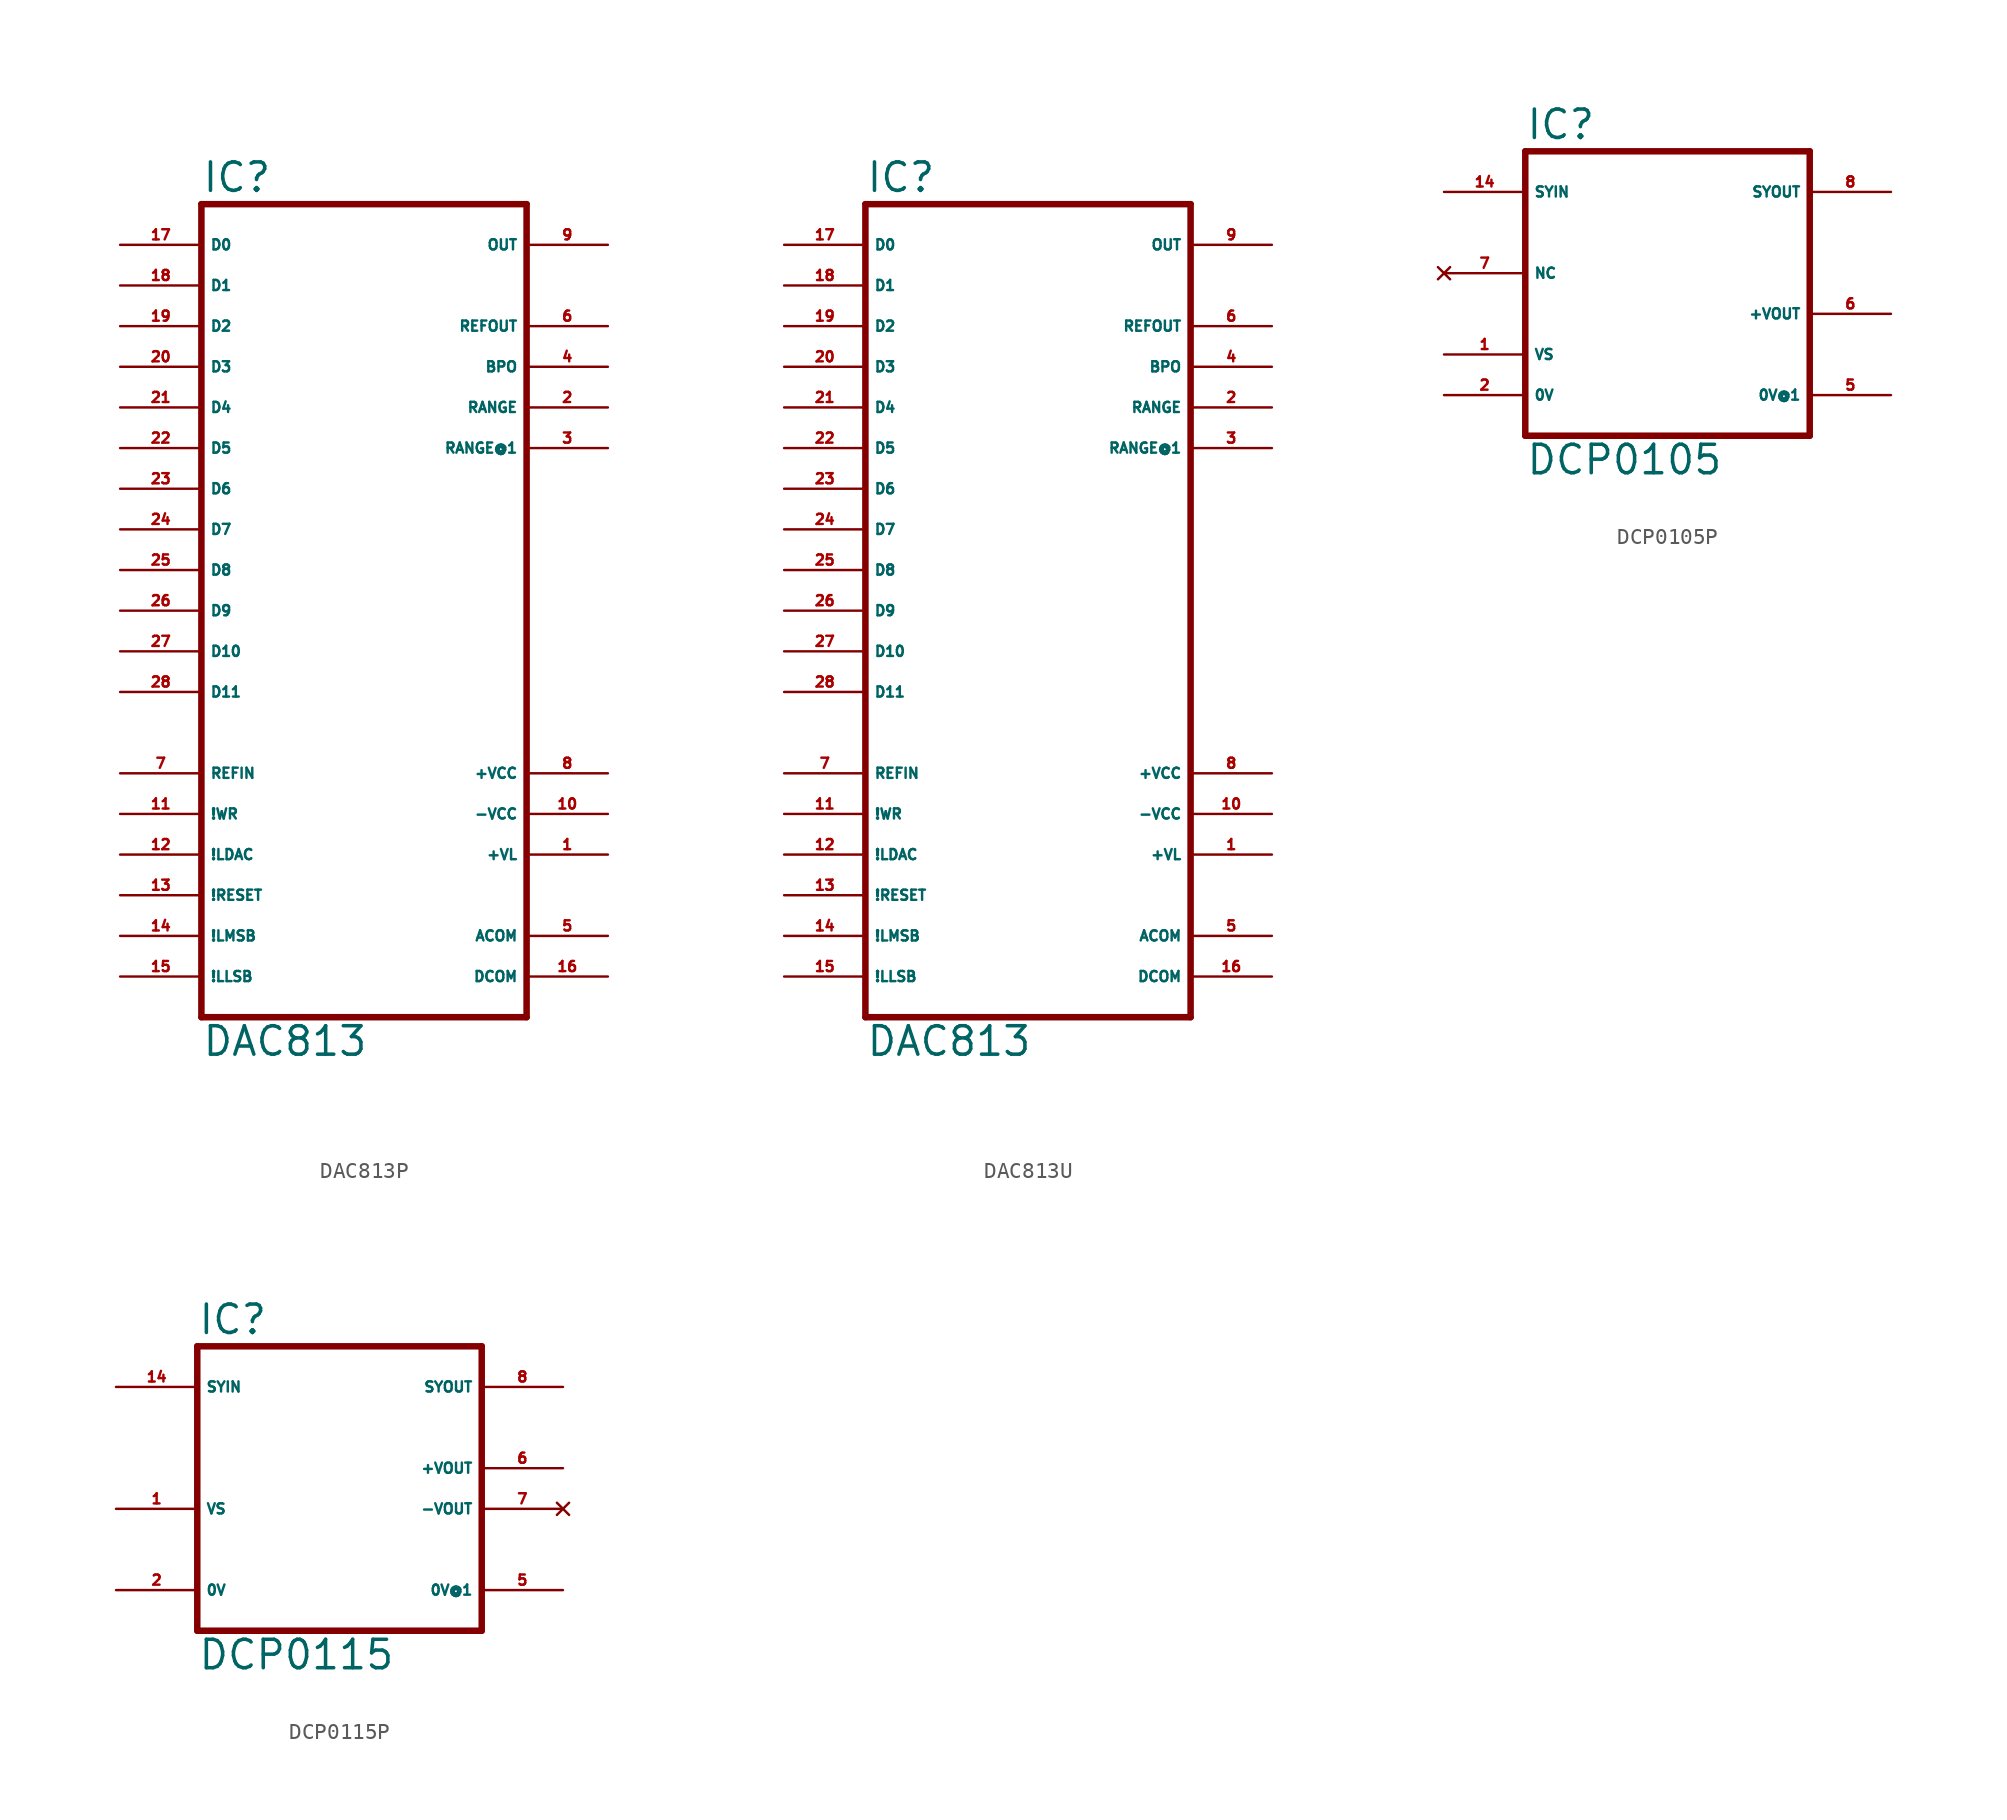
<source format=kicad_sym>
(kicad_symbol_lib
  (version 20220914)
  (generator Eagle2Kicad)
  (symbol "DAC813P"
    (property "Reference" "IC"
      (at -10.16 23.495 0)
      (effects (font (size 1.778 1.778) (thickness 0.22)) (justify left bottom)))
    (property "Value" "DAC813"
      (at -10.16 -30.48 0)
      (effects (font (size 1.778 1.778) (thickness 0.22)) (justify left bottom)))
    (polyline
      (pts (xy -10.16 -27.94) (xy 10.16 -27.94))
      (stroke (width 0.406) (type default))
      (fill (type none)))
    (polyline
      (pts (xy 10.16 -27.94) (xy 10.16 22.86))
      (stroke (width 0.406) (type default))
      (fill (type none)))
    (polyline
      (pts (xy 10.16 22.86) (xy -10.16 22.86))
      (stroke (width 0.406) (type default))
      (fill (type none)))
    (polyline
      (pts (xy -10.16 22.86) (xy -10.16 -27.94))
      (stroke (width 0.406) (type default))
      (fill (type none)))
    (pin input line
      (at -15.24 20.32 0)
      (length 5.08)
      (name "D0" (effects (font (size 0.635 0.635) (thickness 0.08)) (justify left bottom)))
      (number "17" (effects (font (size 0.635 0.635) (thickness 0.08)) (justify left bottom))))
    (pin input line
      (at -15.24 17.78 0)
      (length 5.08)
      (name "D1" (effects (font (size 0.635 0.635) (thickness 0.08)) (justify left bottom)))
      (number "18" (effects (font (size 0.635 0.635) (thickness 0.08)) (justify left bottom))))
    (pin input line
      (at -15.24 15.24 0)
      (length 5.08)
      (name "D2" (effects (font (size 0.635 0.635) (thickness 0.08)) (justify left bottom)))
      (number "19" (effects (font (size 0.635 0.635) (thickness 0.08)) (justify left bottom))))
    (pin input line
      (at -15.24 12.7 0)
      (length 5.08)
      (name "D3" (effects (font (size 0.635 0.635) (thickness 0.08)) (justify left bottom)))
      (number "20" (effects (font (size 0.635 0.635) (thickness 0.08)) (justify left bottom))))
    (pin input line
      (at -15.24 10.16 0)
      (length 5.08)
      (name "D4" (effects (font (size 0.635 0.635) (thickness 0.08)) (justify left bottom)))
      (number "21" (effects (font (size 0.635 0.635) (thickness 0.08)) (justify left bottom))))
    (pin input line
      (at -15.24 7.62 0)
      (length 5.08)
      (name "D5" (effects (font (size 0.635 0.635) (thickness 0.08)) (justify left bottom)))
      (number "22" (effects (font (size 0.635 0.635) (thickness 0.08)) (justify left bottom))))
    (pin input line
      (at -15.24 5.08 0)
      (length 5.08)
      (name "D6" (effects (font (size 0.635 0.635) (thickness 0.08)) (justify left bottom)))
      (number "23" (effects (font (size 0.635 0.635) (thickness 0.08)) (justify left bottom))))
    (pin input line
      (at -15.24 2.54 0)
      (length 5.08)
      (name "D7" (effects (font (size 0.635 0.635) (thickness 0.08)) (justify left bottom)))
      (number "24" (effects (font (size 0.635 0.635) (thickness 0.08)) (justify left bottom))))
    (pin input line
      (at -15.24 0 0)
      (length 5.08)
      (name "D8" (effects (font (size 0.635 0.635) (thickness 0.08)) (justify left bottom)))
      (number "25" (effects (font (size 0.635 0.635) (thickness 0.08)) (justify left bottom))))
    (pin input line
      (at -15.24 -2.54 0)
      (length 5.08)
      (name "D9" (effects (font (size 0.635 0.635) (thickness 0.08)) (justify left bottom)))
      (number "26" (effects (font (size 0.635 0.635) (thickness 0.08)) (justify left bottom))))
    (pin input line
      (at -15.24 -5.08 0)
      (length 5.08)
      (name "D10" (effects (font (size 0.635 0.635) (thickness 0.08)) (justify left bottom)))
      (number "27" (effects (font (size 0.635 0.635) (thickness 0.08)) (justify left bottom))))
    (pin input line
      (at -15.24 -7.62 0)
      (length 5.08)
      (name "D11" (effects (font (size 0.635 0.635) (thickness 0.08)) (justify left bottom)))
      (number "28" (effects (font (size 0.635 0.635) (thickness 0.08)) (justify left bottom))))
    (pin input line
      (at -15.24 -12.7 0)
      (length 5.08)
      (name "REFIN" (effects (font (size 0.635 0.635) (thickness 0.08)) (justify left bottom)))
      (number "7" (effects (font (size 0.635 0.635) (thickness 0.08)) (justify left bottom))))
    (pin input line
      (at -15.24 -15.24 0)
      (length 5.08)
      (name "!WR" (effects (font (size 0.635 0.635) (thickness 0.08)) (justify left bottom)))
      (number "11" (effects (font (size 0.635 0.635) (thickness 0.08)) (justify left bottom))))
    (pin input line
      (at -15.24 -17.78 0)
      (length 5.08)
      (name "!LDAC" (effects (font (size 0.635 0.635) (thickness 0.08)) (justify left bottom)))
      (number "12" (effects (font (size 0.635 0.635) (thickness 0.08)) (justify left bottom))))
    (pin input line
      (at -15.24 -20.32 0)
      (length 5.08)
      (name "!RESET" (effects (font (size 0.635 0.635) (thickness 0.08)) (justify left bottom)))
      (number "13" (effects (font (size 0.635 0.635) (thickness 0.08)) (justify left bottom))))
    (pin input line
      (at -15.24 -22.86 0)
      (length 5.08)
      (name "!LMSB" (effects (font (size 0.635 0.635) (thickness 0.08)) (justify left bottom)))
      (number "14" (effects (font (size 0.635 0.635) (thickness 0.08)) (justify left bottom))))
    (pin input line
      (at -15.24 -25.4 0)
      (length 5.08)
      (name "!LLSB" (effects (font (size 0.635 0.635) (thickness 0.08)) (justify left bottom)))
      (number "15" (effects (font (size 0.635 0.635) (thickness 0.08)) (justify left bottom))))
    (pin output line
      (at 15.24 20.32 180)
      (length 5.08)
      (name "OUT" (effects (font (size 0.635 0.635) (thickness 0.08)) (justify left bottom)))
      (number "9" (effects (font (size 0.635 0.635) (thickness 0.08)) (justify left bottom))))
    (pin passive line
      (at 15.24 12.7 180)
      (length 5.08)
      (name "BPO" (effects (font (size 0.635 0.635) (thickness 0.08)) (justify left bottom)))
      (number "4" (effects (font (size 0.635 0.635) (thickness 0.08)) (justify left bottom))))
    (pin passive line
      (at 15.24 10.16 180)
      (length 5.08)
      (name "RANGE" (effects (font (size 0.635 0.635) (thickness 0.08)) (justify left bottom)))
      (number "2" (effects (font (size 0.635 0.635) (thickness 0.08)) (justify left bottom))))
    (pin unspecified line
      (at 15.24 -25.4 180)
      (length 5.08)
      (name "DCOM" (effects (font (size 0.635 0.635) (thickness 0.08)) (justify left bottom)))
      (number "16" (effects (font (size 0.635 0.635) (thickness 0.08)) (justify left bottom))))
    (pin output line
      (at 15.24 15.24 180)
      (length 5.08)
      (name "REFOUT" (effects (font (size 0.635 0.635) (thickness 0.08)) (justify left bottom)))
      (number "6" (effects (font (size 0.635 0.635) (thickness 0.08)) (justify left bottom))))
    (pin unspecified line
      (at 15.24 -22.86 180)
      (length 5.08)
      (name "ACOM" (effects (font (size 0.635 0.635) (thickness 0.08)) (justify left bottom)))
      (number "5" (effects (font (size 0.635 0.635) (thickness 0.08)) (justify left bottom))))
    (pin unspecified line
      (at 15.24 -17.78 180)
      (length 5.08)
      (name "+VL" (effects (font (size 0.635 0.635) (thickness 0.08)) (justify left bottom)))
      (number "1" (effects (font (size 0.635 0.635) (thickness 0.08)) (justify left bottom))))
    (pin unspecified line
      (at 15.24 -15.24 180)
      (length 5.08)
      (name "-VCC" (effects (font (size 0.635 0.635) (thickness 0.08)) (justify left bottom)))
      (number "10" (effects (font (size 0.635 0.635) (thickness 0.08)) (justify left bottom))))
    (pin unspecified line
      (at 15.24 -12.7 180)
      (length 5.08)
      (name "+VCC" (effects (font (size 0.635 0.635) (thickness 0.08)) (justify left bottom)))
      (number "8" (effects (font (size 0.635 0.635) (thickness 0.08)) (justify left bottom))))
    (pin passive line
      (at 15.24 7.62 180)
      (length 5.08)
      (name "RANGE@1" (effects (font (size 0.635 0.635) (thickness 0.08)) (justify left bottom)))
      (number "3" (effects (font (size 0.635 0.635) (thickness 0.08)) (justify left bottom)))))
  (symbol "DAC813U"
    (property "Reference" "IC"
      (at -10.16 23.495 0)
      (effects (font (size 1.778 1.778) (thickness 0.22)) (justify left bottom)))
    (property "Value" "DAC813"
      (at -10.16 -30.48 0)
      (effects (font (size 1.778 1.778) (thickness 0.22)) (justify left bottom)))
    (polyline
      (pts (xy -10.16 -27.94) (xy 10.16 -27.94))
      (stroke (width 0.406) (type default))
      (fill (type none)))
    (polyline
      (pts (xy 10.16 -27.94) (xy 10.16 22.86))
      (stroke (width 0.406) (type default))
      (fill (type none)))
    (polyline
      (pts (xy 10.16 22.86) (xy -10.16 22.86))
      (stroke (width 0.406) (type default))
      (fill (type none)))
    (polyline
      (pts (xy -10.16 22.86) (xy -10.16 -27.94))
      (stroke (width 0.406) (type default))
      (fill (type none)))
    (pin input line
      (at -15.24 20.32 0)
      (length 5.08)
      (name "D0" (effects (font (size 0.635 0.635) (thickness 0.08)) (justify left bottom)))
      (number "17" (effects (font (size 0.635 0.635) (thickness 0.08)) (justify left bottom))))
    (pin input line
      (at -15.24 17.78 0)
      (length 5.08)
      (name "D1" (effects (font (size 0.635 0.635) (thickness 0.08)) (justify left bottom)))
      (number "18" (effects (font (size 0.635 0.635) (thickness 0.08)) (justify left bottom))))
    (pin input line
      (at -15.24 15.24 0)
      (length 5.08)
      (name "D2" (effects (font (size 0.635 0.635) (thickness 0.08)) (justify left bottom)))
      (number "19" (effects (font (size 0.635 0.635) (thickness 0.08)) (justify left bottom))))
    (pin input line
      (at -15.24 12.7 0)
      (length 5.08)
      (name "D3" (effects (font (size 0.635 0.635) (thickness 0.08)) (justify left bottom)))
      (number "20" (effects (font (size 0.635 0.635) (thickness 0.08)) (justify left bottom))))
    (pin input line
      (at -15.24 10.16 0)
      (length 5.08)
      (name "D4" (effects (font (size 0.635 0.635) (thickness 0.08)) (justify left bottom)))
      (number "21" (effects (font (size 0.635 0.635) (thickness 0.08)) (justify left bottom))))
    (pin input line
      (at -15.24 7.62 0)
      (length 5.08)
      (name "D5" (effects (font (size 0.635 0.635) (thickness 0.08)) (justify left bottom)))
      (number "22" (effects (font (size 0.635 0.635) (thickness 0.08)) (justify left bottom))))
    (pin input line
      (at -15.24 5.08 0)
      (length 5.08)
      (name "D6" (effects (font (size 0.635 0.635) (thickness 0.08)) (justify left bottom)))
      (number "23" (effects (font (size 0.635 0.635) (thickness 0.08)) (justify left bottom))))
    (pin input line
      (at -15.24 2.54 0)
      (length 5.08)
      (name "D7" (effects (font (size 0.635 0.635) (thickness 0.08)) (justify left bottom)))
      (number "24" (effects (font (size 0.635 0.635) (thickness 0.08)) (justify left bottom))))
    (pin input line
      (at -15.24 0 0)
      (length 5.08)
      (name "D8" (effects (font (size 0.635 0.635) (thickness 0.08)) (justify left bottom)))
      (number "25" (effects (font (size 0.635 0.635) (thickness 0.08)) (justify left bottom))))
    (pin input line
      (at -15.24 -2.54 0)
      (length 5.08)
      (name "D9" (effects (font (size 0.635 0.635) (thickness 0.08)) (justify left bottom)))
      (number "26" (effects (font (size 0.635 0.635) (thickness 0.08)) (justify left bottom))))
    (pin input line
      (at -15.24 -5.08 0)
      (length 5.08)
      (name "D10" (effects (font (size 0.635 0.635) (thickness 0.08)) (justify left bottom)))
      (number "27" (effects (font (size 0.635 0.635) (thickness 0.08)) (justify left bottom))))
    (pin input line
      (at -15.24 -7.62 0)
      (length 5.08)
      (name "D11" (effects (font (size 0.635 0.635) (thickness 0.08)) (justify left bottom)))
      (number "28" (effects (font (size 0.635 0.635) (thickness 0.08)) (justify left bottom))))
    (pin input line
      (at -15.24 -12.7 0)
      (length 5.08)
      (name "REFIN" (effects (font (size 0.635 0.635) (thickness 0.08)) (justify left bottom)))
      (number "7" (effects (font (size 0.635 0.635) (thickness 0.08)) (justify left bottom))))
    (pin input line
      (at -15.24 -15.24 0)
      (length 5.08)
      (name "!WR" (effects (font (size 0.635 0.635) (thickness 0.08)) (justify left bottom)))
      (number "11" (effects (font (size 0.635 0.635) (thickness 0.08)) (justify left bottom))))
    (pin input line
      (at -15.24 -17.78 0)
      (length 5.08)
      (name "!LDAC" (effects (font (size 0.635 0.635) (thickness 0.08)) (justify left bottom)))
      (number "12" (effects (font (size 0.635 0.635) (thickness 0.08)) (justify left bottom))))
    (pin input line
      (at -15.24 -20.32 0)
      (length 5.08)
      (name "!RESET" (effects (font (size 0.635 0.635) (thickness 0.08)) (justify left bottom)))
      (number "13" (effects (font (size 0.635 0.635) (thickness 0.08)) (justify left bottom))))
    (pin input line
      (at -15.24 -22.86 0)
      (length 5.08)
      (name "!LMSB" (effects (font (size 0.635 0.635) (thickness 0.08)) (justify left bottom)))
      (number "14" (effects (font (size 0.635 0.635) (thickness 0.08)) (justify left bottom))))
    (pin input line
      (at -15.24 -25.4 0)
      (length 5.08)
      (name "!LLSB" (effects (font (size 0.635 0.635) (thickness 0.08)) (justify left bottom)))
      (number "15" (effects (font (size 0.635 0.635) (thickness 0.08)) (justify left bottom))))
    (pin output line
      (at 15.24 20.32 180)
      (length 5.08)
      (name "OUT" (effects (font (size 0.635 0.635) (thickness 0.08)) (justify left bottom)))
      (number "9" (effects (font (size 0.635 0.635) (thickness 0.08)) (justify left bottom))))
    (pin passive line
      (at 15.24 12.7 180)
      (length 5.08)
      (name "BPO" (effects (font (size 0.635 0.635) (thickness 0.08)) (justify left bottom)))
      (number "4" (effects (font (size 0.635 0.635) (thickness 0.08)) (justify left bottom))))
    (pin passive line
      (at 15.24 10.16 180)
      (length 5.08)
      (name "RANGE" (effects (font (size 0.635 0.635) (thickness 0.08)) (justify left bottom)))
      (number "2" (effects (font (size 0.635 0.635) (thickness 0.08)) (justify left bottom))))
    (pin unspecified line
      (at 15.24 -25.4 180)
      (length 5.08)
      (name "DCOM" (effects (font (size 0.635 0.635) (thickness 0.08)) (justify left bottom)))
      (number "16" (effects (font (size 0.635 0.635) (thickness 0.08)) (justify left bottom))))
    (pin output line
      (at 15.24 15.24 180)
      (length 5.08)
      (name "REFOUT" (effects (font (size 0.635 0.635) (thickness 0.08)) (justify left bottom)))
      (number "6" (effects (font (size 0.635 0.635) (thickness 0.08)) (justify left bottom))))
    (pin unspecified line
      (at 15.24 -22.86 180)
      (length 5.08)
      (name "ACOM" (effects (font (size 0.635 0.635) (thickness 0.08)) (justify left bottom)))
      (number "5" (effects (font (size 0.635 0.635) (thickness 0.08)) (justify left bottom))))
    (pin unspecified line
      (at 15.24 -17.78 180)
      (length 5.08)
      (name "+VL" (effects (font (size 0.635 0.635) (thickness 0.08)) (justify left bottom)))
      (number "1" (effects (font (size 0.635 0.635) (thickness 0.08)) (justify left bottom))))
    (pin unspecified line
      (at 15.24 -15.24 180)
      (length 5.08)
      (name "-VCC" (effects (font (size 0.635 0.635) (thickness 0.08)) (justify left bottom)))
      (number "10" (effects (font (size 0.635 0.635) (thickness 0.08)) (justify left bottom))))
    (pin unspecified line
      (at 15.24 -12.7 180)
      (length 5.08)
      (name "+VCC" (effects (font (size 0.635 0.635) (thickness 0.08)) (justify left bottom)))
      (number "8" (effects (font (size 0.635 0.635) (thickness 0.08)) (justify left bottom))))
    (pin passive line
      (at 15.24 7.62 180)
      (length 5.08)
      (name "RANGE@1" (effects (font (size 0.635 0.635) (thickness 0.08)) (justify left bottom)))
      (number "3" (effects (font (size 0.635 0.635) (thickness 0.08)) (justify left bottom)))))
  (symbol "DCP0105P"
    (property "Reference" "IC"
      (at -7.62 8.255 0)
      (effects (font (size 1.778 1.778) (thickness 0.22)) (justify left bottom)))
    (property "Value" "DCP0105"
      (at -7.62 -12.7 0)
      (effects (font (size 1.778 1.778) (thickness 0.22)) (justify left bottom)))
    (polyline
      (pts (xy -7.62 -10.16) (xy 10.16 -10.16))
      (stroke (width 0.406) (type default))
      (fill (type none)))
    (polyline
      (pts (xy 10.16 -10.16) (xy 10.16 7.62))
      (stroke (width 0.406) (type default))
      (fill (type none)))
    (polyline
      (pts (xy 10.16 7.62) (xy -7.62 7.62))
      (stroke (width 0.406) (type default))
      (fill (type none)))
    (polyline
      (pts (xy -7.62 7.62) (xy -7.62 -10.16))
      (stroke (width 0.406) (type default))
      (fill (type none)))
    (pin input line
      (at -12.7 5.08 0)
      (length 5.08)
      (name "SYIN" (effects (font (size 0.635 0.635) (thickness 0.08)) (justify left bottom)))
      (number "14" (effects (font (size 0.635 0.635) (thickness 0.08)) (justify left bottom))))
    (pin output line
      (at 15.24 5.08 180)
      (length 5.08)
      (name "SYOUT" (effects (font (size 0.635 0.635) (thickness 0.08)) (justify left bottom)))
      (number "8" (effects (font (size 0.635 0.635) (thickness 0.08)) (justify left bottom))))
    (pin no_connect line
      (at -12.7 0 0)
      (length 5.08)
      (name "NC" (effects (font (size 0.635 0.635) (thickness 0.08)) (justify left bottom) hide))
      (number "7" (effects (font (size 0.635 0.635) (thickness 0.08)) (justify left bottom) hide)))
    (pin unspecified line
      (at -12.7 -5.08 0)
      (length 5.08)
      (name "VS" (effects (font (size 0.635 0.635) (thickness 0.08)) (justify left bottom)))
      (number "1" (effects (font (size 0.635 0.635) (thickness 0.08)) (justify left bottom))))
    (pin unspecified line
      (at 15.24 -2.54 180)
      (length 5.08)
      (name "+VOUT" (effects (font (size 0.635 0.635) (thickness 0.08)) (justify left bottom)))
      (number "6" (effects (font (size 0.635 0.635) (thickness 0.08)) (justify left bottom))))
    (pin unspecified line
      (at -12.7 -7.62 0)
      (length 5.08)
      (name "0V" (effects (font (size 0.635 0.635) (thickness 0.08)) (justify left bottom)))
      (number "2" (effects (font (size 0.635 0.635) (thickness 0.08)) (justify left bottom))))
    (pin unspecified line
      (at 15.24 -7.62 180)
      (length 5.08)
      (name "0V@1" (effects (font (size 0.635 0.635) (thickness 0.08)) (justify left bottom)))
      (number "5" (effects (font (size 0.635 0.635) (thickness 0.08)) (justify left bottom)))))
  (symbol "DCP0115P"
    (property "Reference" "IC"
      (at -7.62 8.255 0)
      (effects (font (size 1.778 1.778) (thickness 0.22)) (justify left bottom)))
    (property "Value" "DCP0115"
      (at -7.62 -12.7 0)
      (effects (font (size 1.778 1.778) (thickness 0.22)) (justify left bottom)))
    (polyline
      (pts (xy -7.62 -10.16) (xy 10.16 -10.16))
      (stroke (width 0.406) (type default))
      (fill (type none)))
    (polyline
      (pts (xy 10.16 -10.16) (xy 10.16 7.62))
      (stroke (width 0.406) (type default))
      (fill (type none)))
    (polyline
      (pts (xy 10.16 7.62) (xy -7.62 7.62))
      (stroke (width 0.406) (type default))
      (fill (type none)))
    (polyline
      (pts (xy -7.62 7.62) (xy -7.62 -10.16))
      (stroke (width 0.406) (type default))
      (fill (type none)))
    (pin input line
      (at -12.7 5.08 0)
      (length 5.08)
      (name "SYIN" (effects (font (size 0.635 0.635) (thickness 0.08)) (justify left bottom)))
      (number "14" (effects (font (size 0.635 0.635) (thickness 0.08)) (justify left bottom))))
    (pin output line
      (at 15.24 5.08 180)
      (length 5.08)
      (name "SYOUT" (effects (font (size 0.635 0.635) (thickness 0.08)) (justify left bottom)))
      (number "8" (effects (font (size 0.635 0.635) (thickness 0.08)) (justify left bottom))))
    (pin no_connect line
      (at 15.24 -2.54 180)
      (length 5.08)
      (name "-VOUT" (effects (font (size 0.635 0.635) (thickness 0.08)) (justify left bottom) hide))
      (number "7" (effects (font (size 0.635 0.635) (thickness 0.08)) (justify left bottom) hide)))
    (pin unspecified line
      (at -12.7 -2.54 0)
      (length 5.08)
      (name "VS" (effects (font (size 0.635 0.635) (thickness 0.08)) (justify left bottom)))
      (number "1" (effects (font (size 0.635 0.635) (thickness 0.08)) (justify left bottom))))
    (pin unspecified line
      (at 15.24 0 180)
      (length 5.08)
      (name "+VOUT" (effects (font (size 0.635 0.635) (thickness 0.08)) (justify left bottom)))
      (number "6" (effects (font (size 0.635 0.635) (thickness 0.08)) (justify left bottom))))
    (pin unspecified line
      (at -12.7 -7.62 0)
      (length 5.08)
      (name "0V" (effects (font (size 0.635 0.635) (thickness 0.08)) (justify left bottom)))
      (number "2" (effects (font (size 0.635 0.635) (thickness 0.08)) (justify left bottom))))
    (pin unspecified line
      (at 15.24 -7.62 180)
      (length 5.08)
      (name "0V@1" (effects (font (size 0.635 0.635) (thickness 0.08)) (justify left bottom)))
      (number "5" (effects (font (size 0.635 0.635) (thickness 0.08)) (justify left bottom))))))
</source>
